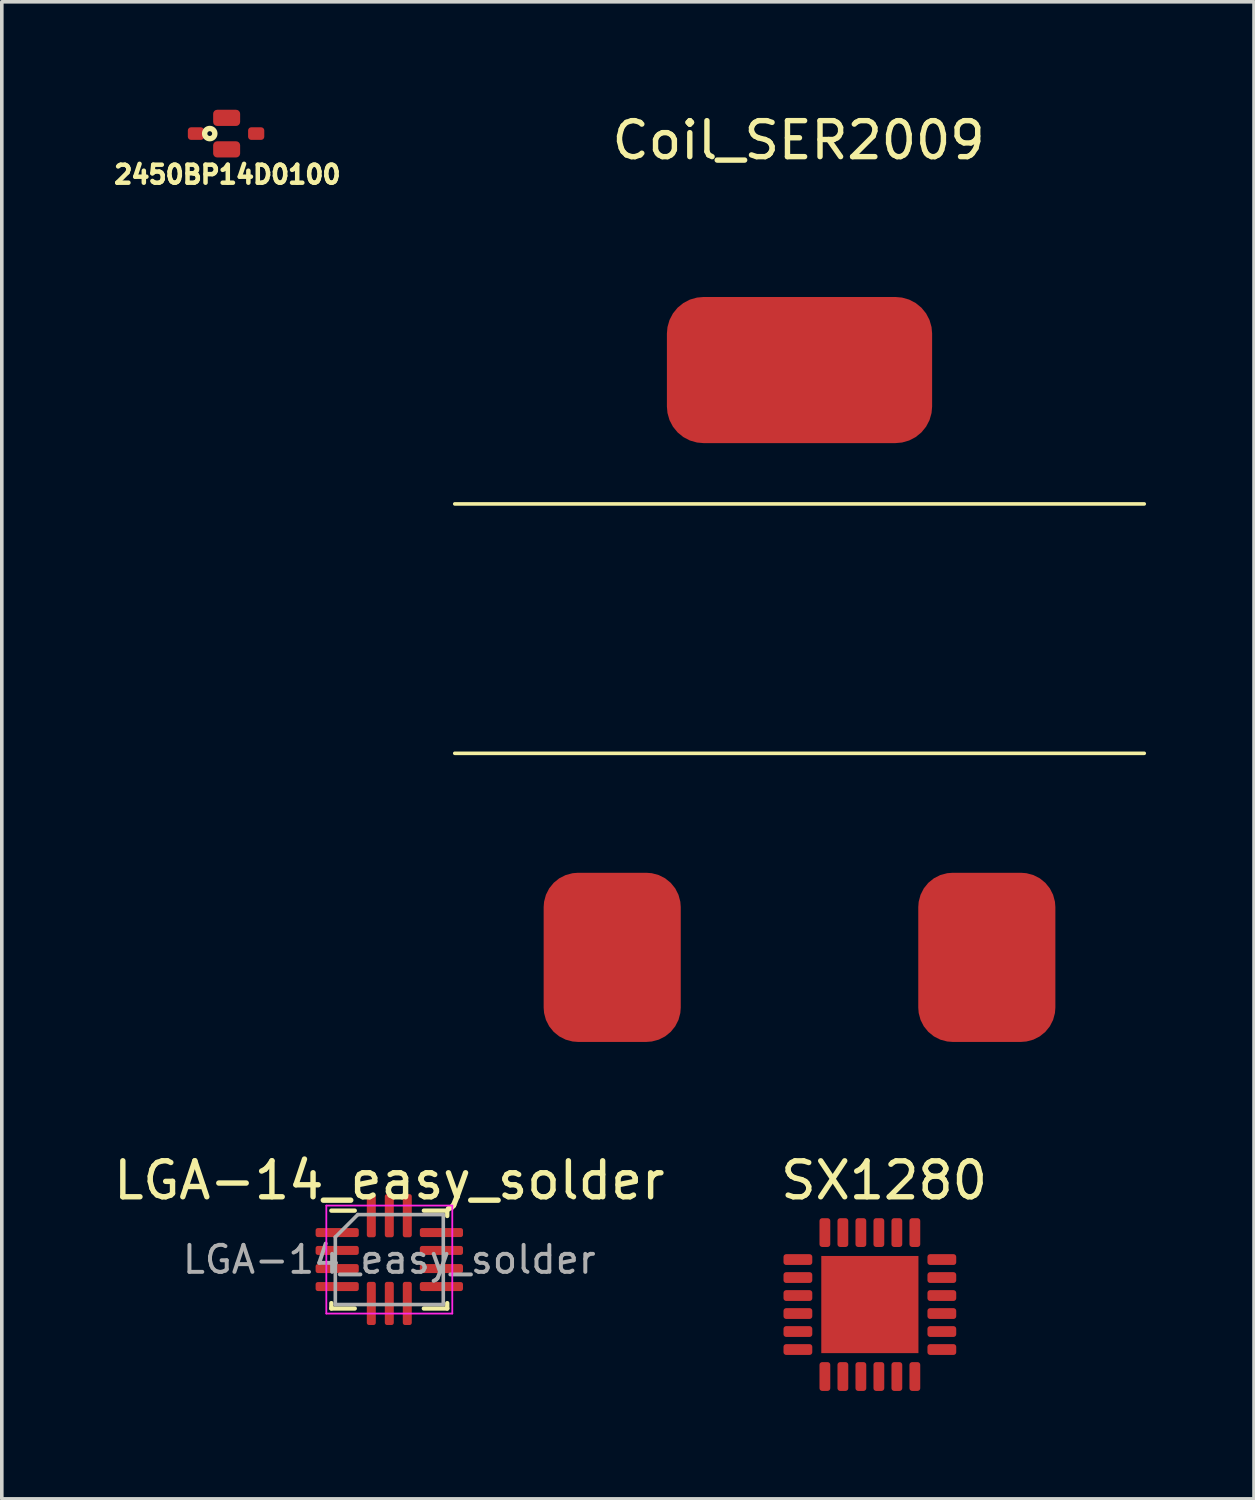
<source format=kicad_pcb>
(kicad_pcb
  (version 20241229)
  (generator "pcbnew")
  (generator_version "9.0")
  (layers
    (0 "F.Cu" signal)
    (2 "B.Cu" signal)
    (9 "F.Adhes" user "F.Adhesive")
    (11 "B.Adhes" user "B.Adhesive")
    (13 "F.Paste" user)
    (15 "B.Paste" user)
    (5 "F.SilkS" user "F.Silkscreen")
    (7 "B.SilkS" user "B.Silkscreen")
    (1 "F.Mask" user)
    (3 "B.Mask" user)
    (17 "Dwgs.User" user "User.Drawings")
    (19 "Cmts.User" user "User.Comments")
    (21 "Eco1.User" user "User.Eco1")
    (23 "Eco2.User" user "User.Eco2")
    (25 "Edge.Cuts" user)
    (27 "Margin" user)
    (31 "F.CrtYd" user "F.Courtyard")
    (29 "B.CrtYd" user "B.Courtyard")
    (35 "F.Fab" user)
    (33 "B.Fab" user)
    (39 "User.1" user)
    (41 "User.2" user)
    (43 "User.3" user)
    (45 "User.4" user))
  (footprint "Coil_SER2009"
    (layer "F.Cu")
    (at 19.167 23.553)
    (property "Reference" "Coil_SER2009" (at -0.025 -22.705 0) (layer "F.SilkS") (effects (font (size 1 1) (thickness 0.15))))
    (attr through_hole)
    (fp_line (start -9.58 -12.6) (end 9.58 -12.6) (stroke (width 0.1) (type solid)) (layer "F.SilkS"))
    (fp_line (start -9.58 -5.67) (end 9.58 -5.67) (stroke (width 0.1) (type solid)) (layer "F.SilkS"))
    (pad "1" smd roundrect (at -5.205 0) (size 3.81 4.7) (layers "F.Cu" "F.Mask" "F.Paste") (roundrect_rratio 0.25))
    (pad "2" smd roundrect (at 5.205 0) (size 3.81 4.7) (layers "F.Cu" "F.Mask" "F.Paste") (roundrect_rratio 0.25))
    (pad "3" smd roundrect (at 0 -16.32) (size 7.37 4.06) (layers "F.Cu" "F.Mask" "F.Paste") (roundrect_rratio 0.25)))
  (footprint "2450BP14D0100"
    (layer "F.Cu")
    (at 3.243 0.662)
    (property "Reference" "2450BP14D0100" (at 0.025 1.14 0) (layer "F.SilkS") (effects (font (size 0.5 0.5) (thickness 0.125))))
    (attr through_hole)
    (fp_rect (start 0 0) (end 0 0) (stroke (width 0.1) (type solid)) (fill no) (layer "F.SilkS"))
    (fp_circle (center -0.465 0) (end -0.409 0.036) (stroke (width 0.15) (type solid)) (fill no) (layer "F.SilkS"))
    (fp_rect (start 0 0) (end 0 0) (stroke (width 0.1) (type solid)) (fill no) (layer "F.CrtYd"))
    (pad "1" smd roundrect (at 0.005 -0.437) (size 0.75 0.45) (layers "F.Cu" "F.Mask" "F.Paste") (roundrect_rratio 0.25))
    (pad "2" smd roundrect (at 0.826 0 90) (size 0.35 0.45) (layers "F.Cu" "F.Mask" "F.Paste") (roundrect_rratio 0.25))
    (pad "3" smd roundrect (at 0.005 0.439) (size 0.75 0.45) (layers "F.Cu" "F.Mask" "F.Paste") (roundrect_rratio 0.25))
    (pad "4" smd roundrect (at -0.848 0 90) (size 0.35 0.45) (layers "F.Cu" "F.Mask" "F.Paste") (roundrect_rratio 0.25)))
  (footprint "LGA-14_easy_solder"
    (layer "F.Cu")
    (at 7.768 31.951)
    (property "Reference" "LGA-14_easy_solder" (at 0 -2.2 0) (layer "F.SilkS") (effects (font (size 1 1) (thickness 0.15))))
    (attr smd)
    (fp_line (start -1.61 1.36) (end -1.61 1.21) (stroke (width 0.12) (type solid)) (layer "F.SilkS"))
    (fp_line (start -0.96 -1.36) (end -1.61 -1.36) (stroke (width 0.12) (type solid)) (layer "F.SilkS"))
    (fp_line (start -0.96 1.36) (end -1.61 1.36) (stroke (width 0.12) (type solid)) (layer "F.SilkS"))
    (fp_line (start 0.96 -1.36) (end 1.61 -1.36) (stroke (width 0.12) (type solid)) (layer "F.SilkS"))
    (fp_line (start 0.96 1.36) (end 1.61 1.36) (stroke (width 0.12) (type solid)) (layer "F.SilkS"))
    (fp_line (start 1.61 -1.36) (end 1.61 -1.21) (stroke (width 0.12) (type solid)) (layer "F.SilkS"))
    (fp_line (start 1.61 1.36) (end 1.61 1.21) (stroke (width 0.12) (type solid)) (layer "F.SilkS"))
    (fp_line (start -1.75 -1.5) (end -1.75 1.5) (stroke (width 0.05) (type solid)) (layer "F.CrtYd"))
    (fp_line (start -1.75 1.5) (end 1.75 1.5) (stroke (width 0.05) (type solid)) (layer "F.CrtYd"))
    (fp_line (start 1.75 -1.5) (end -1.75 -1.5) (stroke (width 0.05) (type solid)) (layer "F.CrtYd"))
    (fp_line (start 1.75 1.5) (end 1.75 -1.5) (stroke (width 0.05) (type solid)) (layer "F.CrtYd"))
    (fp_line (start -1.5 -0.625) (end -0.875 -1.25) (stroke (width 0.1) (type solid)) (layer "F.Fab"))
    (fp_line (start -1.5 1.25) (end -1.5 -0.625) (stroke (width 0.1) (type solid)) (layer "F.Fab"))
    (fp_line (start -0.875 -1.25) (end 1.5 -1.25) (stroke (width 0.1) (type solid)) (layer "F.Fab"))
    (fp_line (start 1.5 -1.25) (end 1.5 1.25) (stroke (width 0.1) (type solid)) (layer "F.Fab"))
    (fp_line (start 1.5 1.25) (end -1.5 1.25) (stroke (width 0.1) (type solid)) (layer "F.Fab"))
    (fp_text user "${REFERENCE}" (at 0 0 0) (layer "F.Fab") (effects (font (size 0.75 0.75) (thickness 0.11))))
    (pad "1" smd roundrect (at -1.448 -0.75) (size 1.2 0.25) (layers "F.Cu" "F.Mask" "F.Paste") (roundrect_rratio 0.25))
    (pad "2" smd roundrect (at -1.448 -0.254) (size 1.2 0.25) (layers "F.Cu" "F.Mask" "F.Paste") (roundrect_rratio 0.25))
    (pad "3" smd roundrect (at -1.448 0.25) (size 1.2 0.25) (layers "F.Cu" "F.Mask" "F.Paste") (roundrect_rratio 0.25))
    (pad "4" smd roundrect (at -1.448 0.75) (size 1.2 0.25) (layers "F.Cu" "F.Mask" "F.Paste") (roundrect_rratio 0.25))
    (pad "5" smd roundrect (at -0.5 1.219) (size 0.25 1.2) (layers "F.Cu" "F.Mask" "F.Paste") (roundrect_rratio 0.25))
    (pad "6" smd roundrect (at 0 1.219) (size 0.25 1.2) (layers "F.Cu" "F.Mask" "F.Paste") (roundrect_rratio 0.25))
    (pad "7" smd roundrect (at 0.5 1.219) (size 0.25 1.2) (layers "F.Cu" "F.Mask" "F.Paste") (roundrect_rratio 0.25))
    (pad "8" smd roundrect (at 1.448 0.75) (size 1.2 0.25) (layers "F.Cu" "F.Mask" "F.Paste") (roundrect_rratio 0.25))
    (pad "9" smd roundrect (at 1.448 0.25) (size 1.2 0.25) (layers "F.Cu" "F.Mask" "F.Paste") (roundrect_rratio 0.25))
    (pad "10" smd roundrect (at 1.448 -0.254) (size 1.2 0.25) (layers "F.Cu" "F.Mask" "F.Paste") (roundrect_rratio 0.25))
    (pad "11" smd roundrect (at 1.448 -0.75) (size 1.2 0.25) (layers "F.Cu" "F.Mask" "F.Paste") (roundrect_rratio 0.25))
    (pad "12" smd roundrect (at 0.5 -1.219) (size 0.25 1.2) (layers "F.Cu" "F.Mask" "F.Paste") (roundrect_rratio 0.25))
    (pad "13" smd roundrect (at 0 -1.219) (size 0.25 1.2) (layers "F.Cu" "F.Mask" "F.Paste") (roundrect_rratio 0.25))
    (pad "14" smd roundrect (at -0.5 -1.219) (size 0.25 1.2) (layers "F.Cu" "F.Mask" "F.Paste") (roundrect_rratio 0.25)))
  (footprint "SX1280"
    (layer "F.Cu")
    (at 21.122 33.201)
    (property "Reference" "SX1280" (at 0.396 -3.449 0) (layer "F.SilkS") (effects (font (size 1 1) (thickness 0.15))))
    (attr through_hole)
    (pad "1" smd roundrect (at -2 -1.25 90) (size 0.3 0.8) (layers "F.Cu" "F.Mask" "F.Paste") (roundrect_rratio 0.25))
    (pad "2" smd roundrect (at -2 -0.75 90) (size 0.3 0.8) (layers "F.Cu" "F.Mask" "F.Paste") (roundrect_rratio 0.25))
    (pad "3" smd roundrect (at -2 -0.25 90) (size 0.3 0.8) (layers "F.Cu" "F.Mask" "F.Paste") (roundrect_rratio 0.25))
    (pad "4" smd roundrect (at -2 0.25 90) (size 0.3 0.8) (layers "F.Cu" "F.Mask" "F.Paste") (roundrect_rratio 0.25))
    (pad "5" smd roundrect (at -2 0.75 90) (size 0.3 0.8) (layers "F.Cu" "F.Mask" "F.Paste") (roundrect_rratio 0.25))
    (pad "6" smd roundrect (at -2 1.25 90) (size 0.3 0.8) (layers "F.Cu" "F.Mask" "F.Paste") (roundrect_rratio 0.25))
    (pad "7" smd roundrect (at -1.25 2 180) (size 0.3 0.8) (layers "F.Cu" "F.Mask" "F.Paste") (roundrect_rratio 0.25))
    (pad "8" smd roundrect (at -0.75 2 180) (size 0.3 0.8) (layers "F.Cu" "F.Mask" "F.Paste") (roundrect_rratio 0.25))
    (pad "9" smd roundrect (at -0.25 2 180) (size 0.3 0.8) (layers "F.Cu" "F.Mask" "F.Paste") (roundrect_rratio 0.25))
    (pad "10" smd roundrect (at 0.25 2 180) (size 0.3 0.8) (layers "F.Cu" "F.Mask" "F.Paste") (roundrect_rratio 0.25))
    (pad "11" smd roundrect (at 0.75 2 180) (size 0.3 0.8) (layers "F.Cu" "F.Mask" "F.Paste") (roundrect_rratio 0.25))
    (pad "12" smd roundrect (at 1.25 2 180) (size 0.3 0.8) (layers "F.Cu" "F.Mask" "F.Paste") (roundrect_rratio 0.25))
    (pad "13" smd roundrect (at 2 1.25 90) (size 0.3 0.8) (layers "F.Cu" "F.Mask" "F.Paste") (roundrect_rratio 0.25))
    (pad "14" smd roundrect (at 2 0.75 90) (size 0.3 0.8) (layers "F.Cu" "F.Mask" "F.Paste") (roundrect_rratio 0.25))
    (pad "15" smd roundrect (at 2 0.25 90) (size 0.3 0.8) (layers "F.Cu" "F.Mask" "F.Paste") (roundrect_rratio 0.25))
    (pad "16" smd roundrect (at 2 -0.25 90) (size 0.3 0.8) (layers "F.Cu" "F.Mask" "F.Paste") (roundrect_rratio 0.25))
    (pad "17" smd roundrect (at 2 -0.75 90) (size 0.3 0.8) (layers "F.Cu" "F.Mask" "F.Paste") (roundrect_rratio 0.25))
    (pad "18" smd roundrect (at 2 -1.25 90) (size 0.3 0.8) (layers "F.Cu" "F.Mask" "F.Paste") (roundrect_rratio 0.25))
    (pad "19" smd roundrect (at 1.25 -2 180) (size 0.3 0.8) (layers "F.Cu" "F.Mask" "F.Paste") (roundrect_rratio 0.25))
    (pad "20" smd roundrect (at 0.75 -2 180) (size 0.3 0.8) (layers "F.Cu" "F.Mask" "F.Paste") (roundrect_rratio 0.25))
    (pad "21" smd roundrect (at 0.25 -2 180) (size 0.3 0.8) (layers "F.Cu" "F.Mask" "F.Paste") (roundrect_rratio 0.25))
    (pad "22" smd roundrect (at -0.25 -2 180) (size 0.3 0.8) (layers "F.Cu" "F.Mask" "F.Paste") (roundrect_rratio 0.25))
    (pad "23" smd roundrect (at -0.75 -2 180) (size 0.3 0.8) (layers "F.Cu" "F.Mask" "F.Paste") (roundrect_rratio 0.25))
    (pad "24" smd roundrect (at -1.25 -2 180) (size 0.3 0.8) (layers "F.Cu" "F.Mask" "F.Paste") (roundrect_rratio 0.25))
    (pad "25" smd rect (at 0 0 90) (size 2.7 2.7) (layers "F.Cu" "F.Mask" "F.Paste")))
  (gr_rect
    (start -3 -3)
    (end 31.797 38.601)
    (stroke (width 0.1) (type default))
    (fill no)
    (layer "Edge.Cuts")))
</source>
